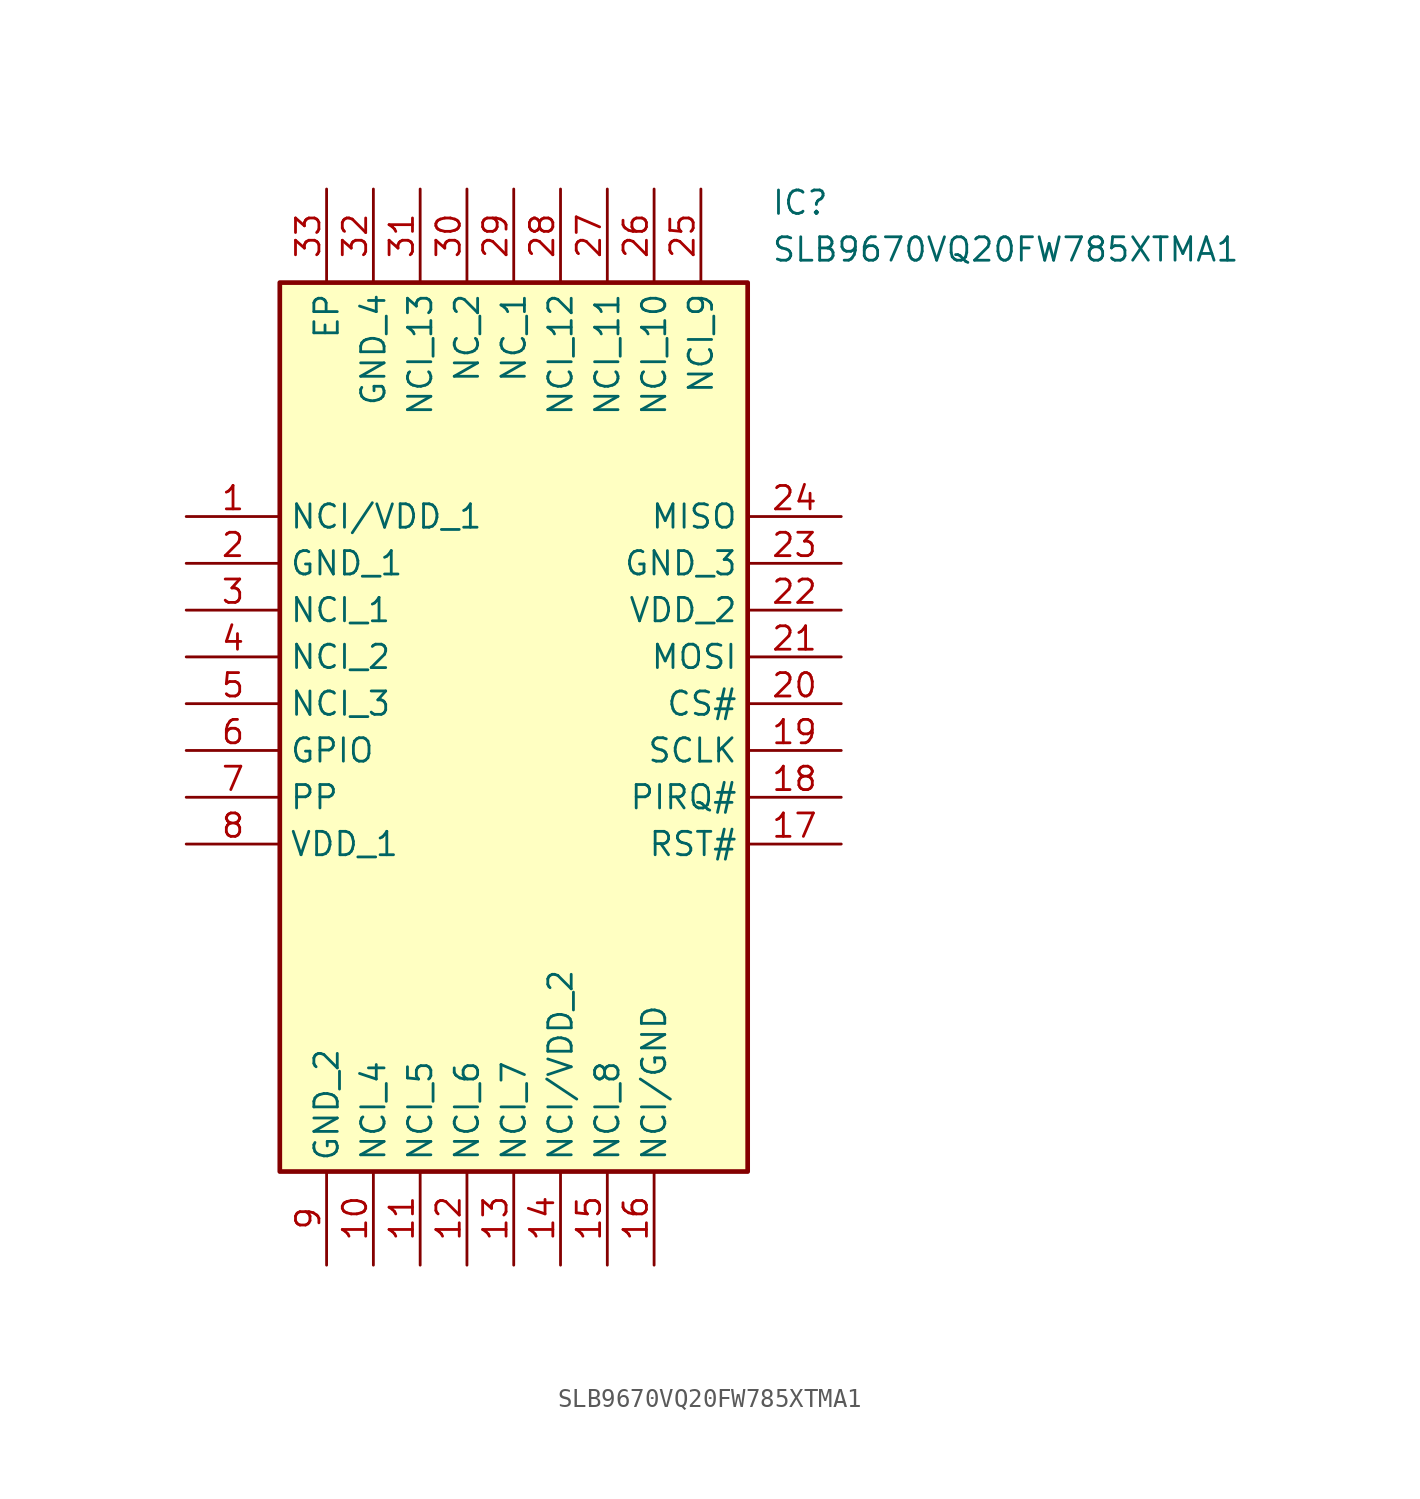
<source format=kicad_sym>
(kicad_symbol_lib
  (version 20231120)
  (generator "kicad_symbol_editor")
  (generator_version "8.0")
  (symbol "SLB9670VQ20FW785XTMA1"
    (property "Reference" "IC"
      (at 31.75 17.78 0)
      (effects (font (size 1.27 1.27)) (justify left top)))
    (property "Value" "SLB9670VQ20FW785XTMA1"
      (at 31.75 15.24 0)
      (effects (font (size 1.27 1.27)) (justify left top)))
    (symbol "SLB9670VQ20FW785XTMA1_1_1"
      (rectangle (start 5.08 12.7) (end 30.48 -35.56) (stroke (width 0.254) (type default)) (fill (type background)))
      (pin passive line (at 0 0 0) (length 5.08) (name "NCI/VDD_1" (effects (font (size 1.27 1.27)))) (number "1" (effects (font (size 1.27 1.27)))))
      (pin passive line (at 10.16 -40.64 90) (length 5.08) (name "NCI_4" (effects (font (size 1.27 1.27)))) (number "10" (effects (font (size 1.27 1.27)))))
      (pin passive line (at 12.7 -40.64 90) (length 5.08) (name "NCI_5" (effects (font (size 1.27 1.27)))) (number "11" (effects (font (size 1.27 1.27)))))
      (pin passive line (at 15.24 -40.64 90) (length 5.08) (name "NCI_6" (effects (font (size 1.27 1.27)))) (number "12" (effects (font (size 1.27 1.27)))))
      (pin passive line (at 17.78 -40.64 90) (length 5.08) (name "NCI_7" (effects (font (size 1.27 1.27)))) (number "13" (effects (font (size 1.27 1.27)))))
      (pin passive line (at 20.32 -40.64 90) (length 5.08) (name "NCI/VDD_2" (effects (font (size 1.27 1.27)))) (number "14" (effects (font (size 1.27 1.27)))))
      (pin passive line (at 22.86 -40.64 90) (length 5.08) (name "NCI_8" (effects (font (size 1.27 1.27)))) (number "15" (effects (font (size 1.27 1.27)))))
      (pin passive line (at 25.4 -40.64 90) (length 5.08) (name "NCI/GND" (effects (font (size 1.27 1.27)))) (number "16" (effects (font (size 1.27 1.27)))))
      (pin passive line (at 35.56 -17.78 180) (length 5.08) (name "RST#" (effects (font (size 1.27 1.27)))) (number "17" (effects (font (size 1.27 1.27)))))
      (pin passive line (at 35.56 -15.24 180) (length 5.08) (name "PIRQ#" (effects (font (size 1.27 1.27)))) (number "18" (effects (font (size 1.27 1.27)))))
      (pin passive line (at 35.56 -12.7 180) (length 5.08) (name "SCLK" (effects (font (size 1.27 1.27)))) (number "19" (effects (font (size 1.27 1.27)))))
      (pin passive line (at 0 -2.54 0) (length 5.08) (name "GND_1" (effects (font (size 1.27 1.27)))) (number "2" (effects (font (size 1.27 1.27)))))
      (pin passive line (at 35.56 -10.16 180) (length 5.08) (name "CS#" (effects (font (size 1.27 1.27)))) (number "20" (effects (font (size 1.27 1.27)))))
      (pin passive line (at 35.56 -7.62 180) (length 5.08) (name "MOSI" (effects (font (size 1.27 1.27)))) (number "21" (effects (font (size 1.27 1.27)))))
      (pin passive line (at 35.56 -5.08 180) (length 5.08) (name "VDD_2" (effects (font (size 1.27 1.27)))) (number "22" (effects (font (size 1.27 1.27)))))
      (pin passive line (at 35.56 -2.54 180) (length 5.08) (name "GND_3" (effects (font (size 1.27 1.27)))) (number "23" (effects (font (size 1.27 1.27)))))
      (pin passive line (at 35.56 0 180) (length 5.08) (name "MISO" (effects (font (size 1.27 1.27)))) (number "24" (effects (font (size 1.27 1.27)))))
      (pin passive line (at 27.94 17.78 270) (length 5.08) (name "NCI_9" (effects (font (size 1.27 1.27)))) (number "25" (effects (font (size 1.27 1.27)))))
      (pin passive line (at 25.4 17.78 270) (length 5.08) (name "NCI_10" (effects (font (size 1.27 1.27)))) (number "26" (effects (font (size 1.27 1.27)))))
      (pin passive line (at 22.86 17.78 270) (length 5.08) (name "NCI_11" (effects (font (size 1.27 1.27)))) (number "27" (effects (font (size 1.27 1.27)))))
      (pin passive line (at 20.32 17.78 270) (length 5.08) (name "NCI_12" (effects (font (size 1.27 1.27)))) (number "28" (effects (font (size 1.27 1.27)))))
      (pin passive line (at 17.78 17.78 270) (length 5.08) (name "NC_1" (effects (font (size 1.27 1.27)))) (number "29" (effects (font (size 1.27 1.27)))))
      (pin passive line (at 0 -5.08 0) (length 5.08) (name "NCI_1" (effects (font (size 1.27 1.27)))) (number "3" (effects (font (size 1.27 1.27)))))
      (pin passive line (at 15.24 17.78 270) (length 5.08) (name "NC_2" (effects (font (size 1.27 1.27)))) (number "30" (effects (font (size 1.27 1.27)))))
      (pin passive line (at 12.7 17.78 270) (length 5.08) (name "NCI_13" (effects (font (size 1.27 1.27)))) (number "31" (effects (font (size 1.27 1.27)))))
      (pin passive line (at 10.16 17.78 270) (length 5.08) (name "GND_4" (effects (font (size 1.27 1.27)))) (number "32" (effects (font (size 1.27 1.27)))))
      (pin passive line (at 7.62 17.78 270) (length 5.08) (name "EP" (effects (font (size 1.27 1.27)))) (number "33" (effects (font (size 1.27 1.27)))))
      (pin passive line (at 0 -7.62 0) (length 5.08) (name "NCI_2" (effects (font (size 1.27 1.27)))) (number "4" (effects (font (size 1.27 1.27)))))
      (pin passive line (at 0 -10.16 0) (length 5.08) (name "NCI_3" (effects (font (size 1.27 1.27)))) (number "5" (effects (font (size 1.27 1.27)))))
      (pin passive line (at 0 -12.7 0) (length 5.08) (name "GPIO" (effects (font (size 1.27 1.27)))) (number "6" (effects (font (size 1.27 1.27)))))
      (pin passive line (at 0 -15.24 0) (length 5.08) (name "PP" (effects (font (size 1.27 1.27)))) (number "7" (effects (font (size 1.27 1.27)))))
      (pin passive line (at 0 -17.78 0) (length 5.08) (name "VDD_1" (effects (font (size 1.27 1.27)))) (number "8" (effects (font (size 1.27 1.27)))))
      (pin passive line (at 7.62 -40.64 90) (length 5.08) (name "GND_2" (effects (font (size 1.27 1.27)))) (number "9" (effects (font (size 1.27 1.27))))))))
</source>
